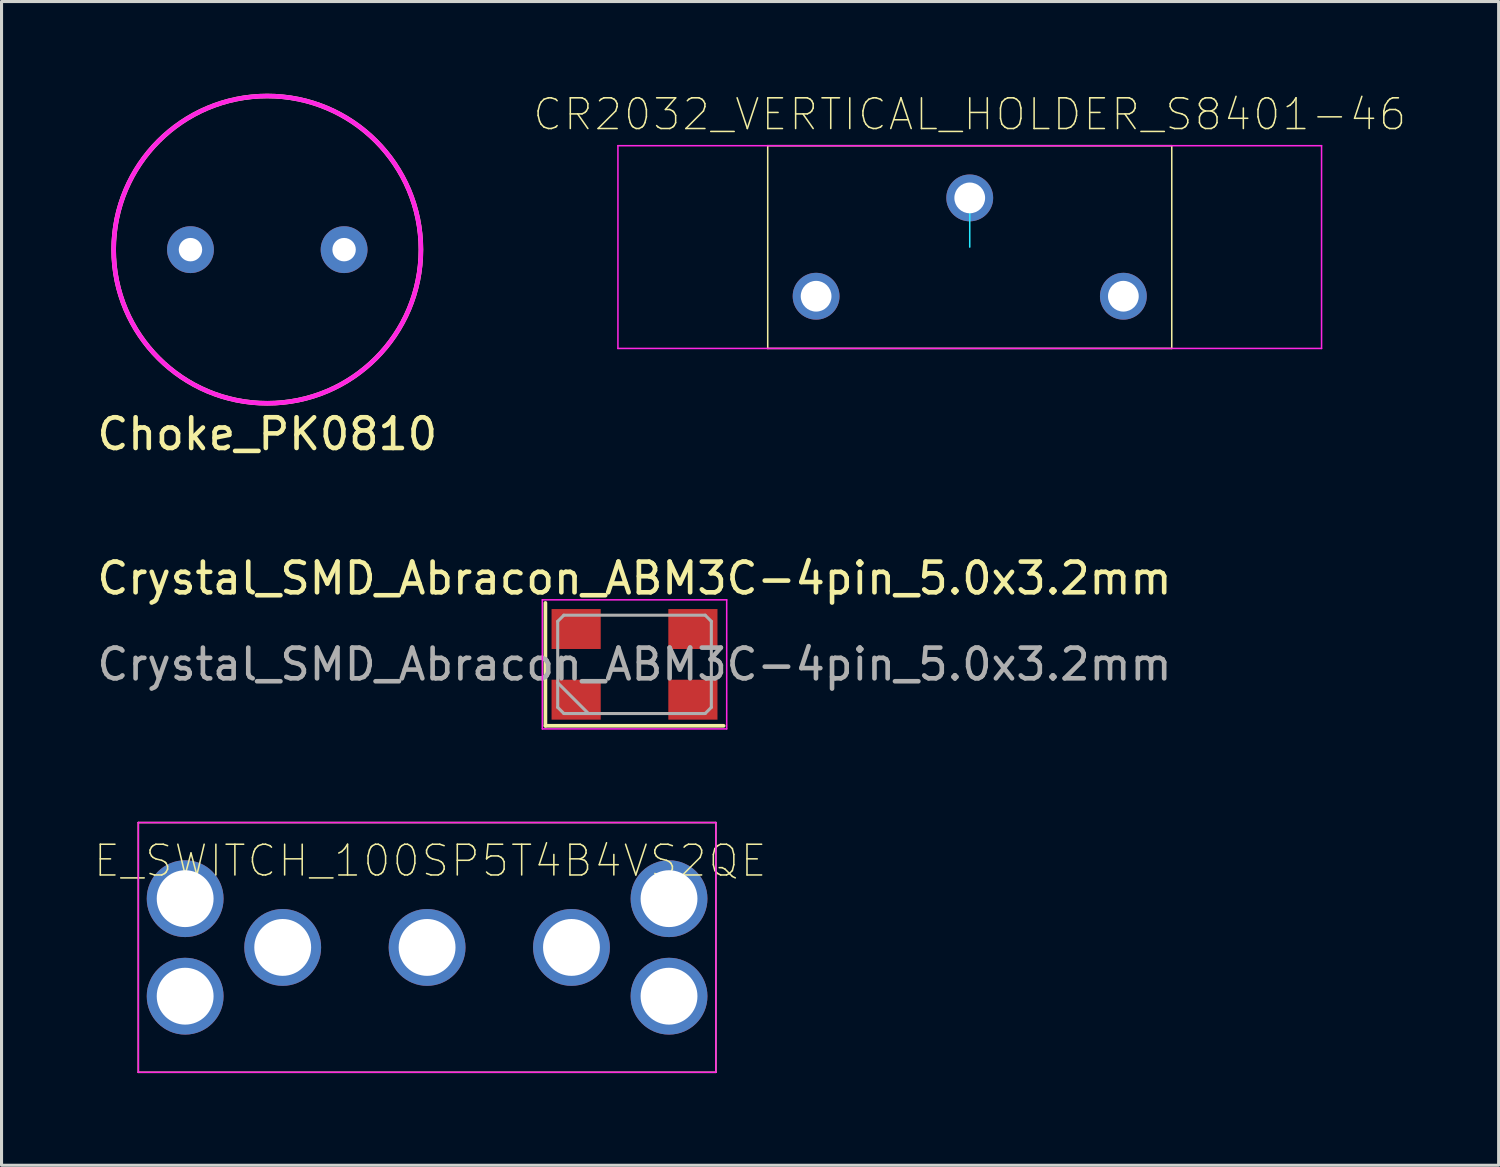
<source format=kicad_pcb>
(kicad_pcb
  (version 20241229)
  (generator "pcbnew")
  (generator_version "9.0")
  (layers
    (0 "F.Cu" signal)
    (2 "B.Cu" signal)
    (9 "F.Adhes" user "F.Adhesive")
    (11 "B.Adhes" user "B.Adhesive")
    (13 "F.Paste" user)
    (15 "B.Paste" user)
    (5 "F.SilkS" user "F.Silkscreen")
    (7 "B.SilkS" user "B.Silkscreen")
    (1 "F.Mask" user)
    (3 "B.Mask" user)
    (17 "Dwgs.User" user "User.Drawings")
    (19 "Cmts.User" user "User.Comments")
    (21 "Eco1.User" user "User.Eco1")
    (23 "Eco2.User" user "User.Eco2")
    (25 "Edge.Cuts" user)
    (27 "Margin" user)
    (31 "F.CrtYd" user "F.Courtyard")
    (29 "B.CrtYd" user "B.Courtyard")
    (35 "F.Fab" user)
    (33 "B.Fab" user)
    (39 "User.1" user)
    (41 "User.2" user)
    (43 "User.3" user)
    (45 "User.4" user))
  (footprint "CR2032_VERTICAL_HOLDER_S8401-46"
    (layer "F.Cu")
    (at 28.511 4.991)
    (property "Reference" "CR2032_VERTICAL_HOLDER_S8401-46" (at 0 -4.318 0) (layer "F.SilkS") (effects (font (size 1 1) (thickness 0.05))))
    (attr through_hole)
    (fp_line (start -6.575 -3.3) (end -6.575 3.3) (stroke (width 0.05) (type solid)) (layer "F.SilkS"))
    (fp_line (start -6.575 -3.3) (end 6.575 -3.3) (stroke (width 0.05) (type solid)) (layer "F.SilkS"))
    (fp_line (start -6.575 3.3) (end 6.575 3.3) (stroke (width 0.05) (type solid)) (layer "F.SilkS"))
    (fp_line (start 6.575 -3.3) (end 6.575 3.3) (stroke (width 0.05) (type solid)) (layer "F.SilkS"))
    (fp_line (start 0 -1.6) (end 0 0) (stroke (width 0.05) (type solid)) (layer "B.CrtYd"))
    (fp_line (start -11.45 -3.3) (end -11.45 3.3) (stroke (width 0.05) (type solid)) (layer "F.CrtYd"))
    (fp_line (start -11.45 -3.3) (end 11.45 -3.3) (stroke (width 0.05) (type solid)) (layer "F.CrtYd"))
    (fp_line (start -11.45 3.3) (end 11.45 3.3) (stroke (width 0.05) (type solid)) (layer "F.CrtYd"))
    (fp_line (start 11.45 -3.3) (end 11.45 3.3) (stroke (width 0.05) (type solid)) (layer "F.CrtYd"))
    (pad "1" thru_hole circle (at -5 1.6) (size 1.524 1.524) (drill 1) (layers "*.Cu" "*.Mask"))
    (pad "1" thru_hole circle (at 5 1.6) (size 1.524 1.524) (drill 1) (layers "*.Cu" "*.Mask"))
    (pad "2" thru_hole circle (at 0 -1.6) (size 1.524 1.524) (drill 1) (layers "*.Cu" "*.Mask")))
  (footprint "Choke_PK0810"
    (layer "F.Cu")
    (at 5.649 5.075)
    (property "Reference" "Choke_PK0810" (at 0 6 0) (layer "F.SilkS") (effects (font (size 1 1) (thickness 0.15))))
    (attr through_hole)
    (fp_circle (center 0 0) (end 5 0) (stroke (width 0.15) (type solid)) (fill no) (layer "F.SilkS"))
    (fp_circle (center 0 0) (end 0 -5) (stroke (width 0.15) (type solid)) (fill no) (layer "F.CrtYd"))
    (pad "1" thru_hole circle (at -2.5 0) (size 1.524 1.524) (drill 0.762) (layers "*.Cu" "*.Mask"))
    (pad "2" thru_hole circle (at 2.5 0) (size 1.524 1.524) (drill 0.762) (layers "*.Cu" "*.Mask")))
  (footprint "E_SWITCH_100SP5T4B4VS2QE"
    (layer "F.Cu")
    (at 10.85 27.785)
    (property "Reference" "E_SWITCH_100SP5T4B4VS2QE" (at 0.102 -2.819 0) (layer "F.SilkS") (effects (font (size 1 1) (thickness 0.05))))
    (attr through_hole)
    (fp_line (start -9.398 -4.064) (end -9.398 4.064) (stroke (width 0.05) (type solid)) (layer "F.SilkS"))
    (fp_line (start -9.398 4.064) (end 9.398 4.064) (stroke (width 0.05) (type solid)) (layer "F.SilkS"))
    (fp_line (start 9.398 -4.064) (end -9.398 -4.064) (stroke (width 0.05) (type solid)) (layer "F.SilkS"))
    (fp_line (start 9.398 -4.064) (end 9.398 4.064) (stroke (width 0.05) (type solid)) (layer "F.SilkS"))
    (fp_line (start -9.398 -4.064) (end -9.398 4.064) (stroke (width 0.05) (type solid)) (layer "F.CrtYd"))
    (fp_line (start -9.398 4.064) (end 9.398 4.064) (stroke (width 0.05) (type solid)) (layer "F.CrtYd"))
    (fp_line (start 9.398 -4.064) (end -9.398 -4.064) (stroke (width 0.05) (type solid)) (layer "F.CrtYd"))
    (fp_line (start 9.398 -4.064) (end 9.398 4.064) (stroke (width 0.05) (type solid)) (layer "F.CrtYd"))
    (pad "" np_thru_hole circle (at -7.874 -1.587) (size 2.5 2.5) (drill 1.85) (layers "*.Cu" "*.Mask"))
    (pad "" np_thru_hole circle (at -7.874 1.587) (size 2.5 2.5) (drill 1.85) (layers "*.Cu" "*.Mask"))
    (pad "" np_thru_hole circle (at 7.874 -1.587) (size 2.5 2.5) (drill 1.85) (layers "*.Cu" "*.Mask"))
    (pad "" np_thru_hole circle (at 7.874 1.587) (size 2.5 2.5) (drill 1.85) (layers "*.Cu" "*.Mask"))
    (pad "1" thru_hole circle (at 4.699 0) (size 2.5 2.5) (drill 1.85) (layers "*.Cu" "*.Mask"))
    (pad "2" thru_hole circle (at 0 0) (size 2.5 2.5) (drill 1.85) (layers "*.Cu" "*.Mask"))
    (pad "3" thru_hole circle (at -4.699 0) (size 2.5 2.5) (drill 1.85) (layers "*.Cu" "*.Mask")))
  (footprint "Crystal_SMD_Abracon_ABM3C-4pin_5.0x3.2mm"
    (layer "F.Cu")
    (at 17.601 18.572)
    (property "Reference" "Crystal_SMD_Abracon_ABM3C-4pin_5.0x3.2mm" (at 0 -2.8 0) (layer "F.SilkS") (effects (font (size 1 1) (thickness 0.15))))
    (attr smd)
    (fp_line (start -2.9 -2) (end -2.9 2) (stroke (width 0.12) (type solid)) (layer "F.SilkS"))
    (fp_line (start -2.9 2) (end 2.9 2) (stroke (width 0.12) (type solid)) (layer "F.SilkS"))
    (fp_line (start -3 -2.1) (end -3 2.1) (stroke (width 0.05) (type solid)) (layer "F.CrtYd"))
    (fp_line (start -3 2.1) (end 3 2.1) (stroke (width 0.05) (type solid)) (layer "F.CrtYd"))
    (fp_line (start 3 -2.1) (end -3 -2.1) (stroke (width 0.05) (type solid)) (layer "F.CrtYd"))
    (fp_line (start 3 2.1) (end 3 -2.1) (stroke (width 0.05) (type solid)) (layer "F.CrtYd"))
    (fp_line (start -2.5 -1.4) (end -2.3 -1.6) (stroke (width 0.1) (type solid)) (layer "F.Fab"))
    (fp_line (start -2.5 0.6) (end -1.5 1.6) (stroke (width 0.1) (type solid)) (layer "F.Fab"))
    (fp_line (start -2.5 1.4) (end -2.5 -1.4) (stroke (width 0.1) (type solid)) (layer "F.Fab"))
    (fp_line (start -2.3 -1.6) (end 2.3 -1.6) (stroke (width 0.1) (type solid)) (layer "F.Fab"))
    (fp_line (start -2.3 1.6) (end -2.5 1.4) (stroke (width 0.1) (type solid)) (layer "F.Fab"))
    (fp_line (start 2.3 -1.6) (end 2.5 -1.4) (stroke (width 0.1) (type solid)) (layer "F.Fab"))
    (fp_line (start 2.3 1.6) (end -2.3 1.6) (stroke (width 0.1) (type solid)) (layer "F.Fab"))
    (fp_line (start 2.5 -1.4) (end 2.5 1.4) (stroke (width 0.1) (type solid)) (layer "F.Fab"))
    (fp_line (start 2.5 1.4) (end 2.3 1.6) (stroke (width 0.1) (type solid)) (layer "F.Fab"))
    (fp_text user "${REFERENCE}" (at 0 0 0) (layer "F.Fab") (effects (font (size 1 1) (thickness 0.15))))
    (pad "1" smd rect (at -1.9 1.15) (size 1.6 1.3) (layers "F.Cu" "F.Mask" "F.Paste"))
    (pad "2" smd rect (at 1.9 -1.15) (size 1.6 1.3) (layers "F.Cu" "F.Mask" "F.Paste"))
    (pad "3" smd rect (at 1.9 1.15) (size 1.6 1.3) (layers "F.Cu" "F.Mask" "F.Paste"))
    (pad "4" smd rect (at -1.9 -1.15) (size 1.6 1.3) (layers "F.Cu" "F.Mask" "F.Paste")))
  (gr_rect
    (start -3 -3)
    (end 45.724 34.874)
    (stroke (width 0.1) (type default))
    (fill no)
    (layer "Edge.Cuts")))
</source>
